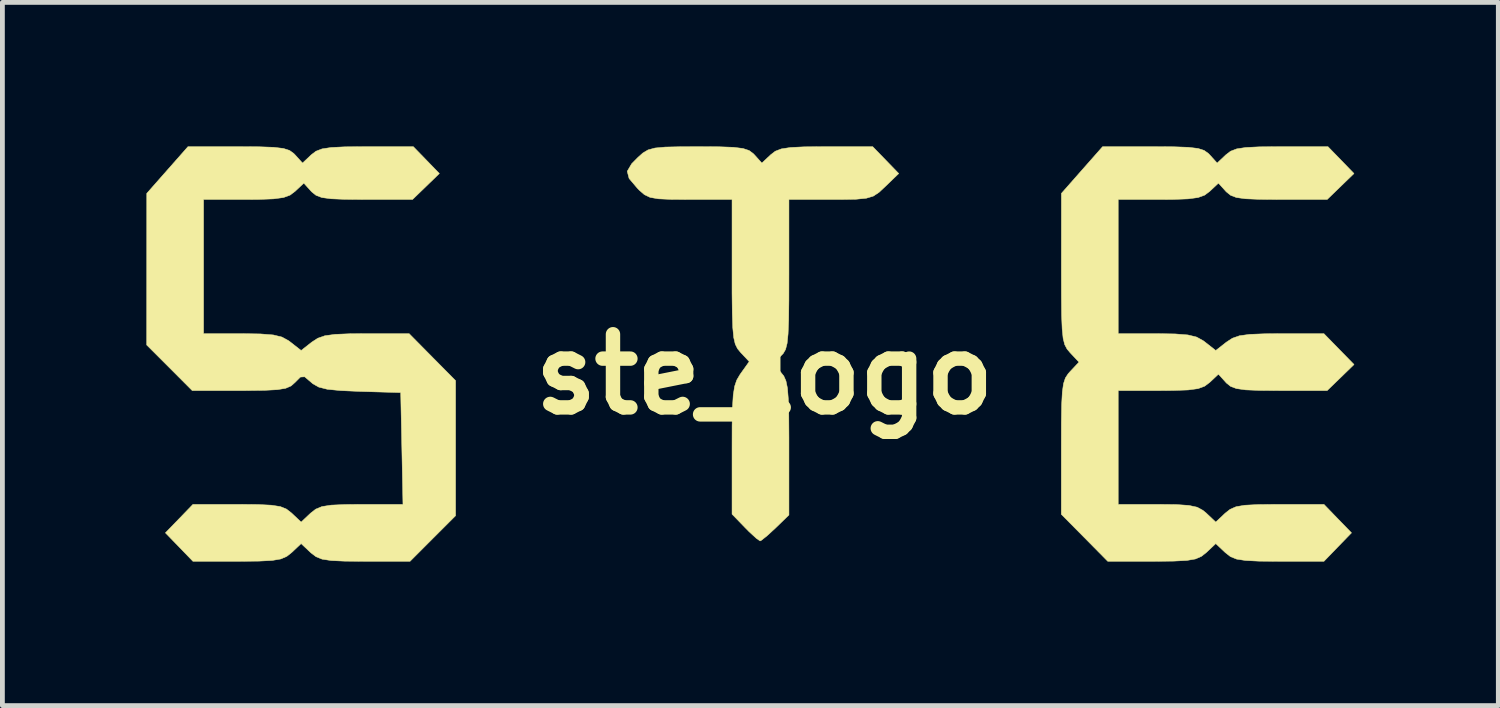
<source format=kicad_pcb>
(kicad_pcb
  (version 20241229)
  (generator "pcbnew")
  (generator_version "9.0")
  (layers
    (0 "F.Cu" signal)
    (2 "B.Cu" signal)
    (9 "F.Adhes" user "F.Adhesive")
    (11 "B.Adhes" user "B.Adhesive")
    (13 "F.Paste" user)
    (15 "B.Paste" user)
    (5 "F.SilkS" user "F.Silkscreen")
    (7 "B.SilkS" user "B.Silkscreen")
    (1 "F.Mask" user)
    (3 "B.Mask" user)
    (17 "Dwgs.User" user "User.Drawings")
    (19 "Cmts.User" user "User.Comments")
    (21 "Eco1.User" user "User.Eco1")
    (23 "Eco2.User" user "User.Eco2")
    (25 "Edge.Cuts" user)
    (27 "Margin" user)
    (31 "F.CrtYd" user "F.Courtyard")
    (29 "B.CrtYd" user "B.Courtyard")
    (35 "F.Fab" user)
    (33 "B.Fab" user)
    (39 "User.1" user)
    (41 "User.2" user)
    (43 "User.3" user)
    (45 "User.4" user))
  (footprint "ste_logo"
    (layer "F.Cu")
    (at 12.874 4.746)
    (property "Reference" "ste_logo" (at 0 0 0) (layer "F.SilkS") (effects (font (size 1.524 1.524) (thickness 0.3))))
    (attr through_hole)
    (fp_poly (pts (xy 2.524 -4.462) (xy 2.795 -4.182) (xy 2.515 -3.912) (xy 2.383 -3.789) (xy 2.265 -3.711) (xy 2.118 -3.667) (xy 1.903 -3.646) (xy 1.579 -3.641) (xy 1.372 -3.641) (xy 0.508 -3.641) (xy 0.508 -2.087) (xy 0.507 -1.536) (xy 0.502 -1.128) (xy 0.49 -0.84) (xy 0.47 -0.645) (xy 0.438 -0.519) (xy 0.391 -0.436) (xy 0.337 -0.38) (xy 0.167 -0.225) (xy 0.337 -0.044) (xy 0.401 0.036) (xy 0.446 0.138) (xy 0.477 0.288) (xy 0.495 0.515) (xy 0.505 0.846) (xy 0.508 1.307) (xy 0.508 1.534) (xy 0.508 2.93) (xy 0.229 3.201) (xy 0.054 3.362) (xy -0.068 3.459) (xy -0.093 3.471) (xy -0.172 3.416) (xy -0.324 3.276) (xy -0.407 3.192) (xy -0.677 2.913) (xy -0.677 1.575) (xy -0.676 1.064) (xy -0.668 0.693) (xy -0.652 0.431) (xy -0.623 0.25) (xy -0.579 0.12) (xy -0.515 0.011) (xy -0.498 -0.014) (xy -0.319 -0.265) (xy -0.498 -0.455) (xy -0.563 -0.534) (xy -0.61 -0.628) (xy -0.642 -0.765) (xy -0.662 -0.972) (xy -0.672 -1.273) (xy -0.677 -1.696) (xy -0.677 -2.143) (xy -0.677 -3.641) (xy -1.55 -3.641) (xy -1.946 -3.643) (xy -2.21 -3.655) (xy -2.383 -3.685) (xy -2.503 -3.742) (xy -2.609 -3.834) (xy -2.651 -3.878) (xy -2.821 -4.079) (xy -2.86 -4.228) (xy -2.768 -4.385) (xy -2.641 -4.514) (xy -2.534 -4.61) (xy -2.426 -4.674) (xy -2.283 -4.713) (xy -2.069 -4.733) (xy -1.749 -4.74) (xy -1.384 -4.741) (xy -0.946 -4.739) (xy -0.645 -4.728) (xy -0.447 -4.703) (xy -0.321 -4.661) (xy -0.234 -4.596) (xy -0.21 -4.571) (xy -0.056 -4.4) (xy 0.126 -4.571) (xy 0.223 -4.646) (xy 0.35 -4.695) (xy 0.54 -4.724) (xy 0.828 -4.738) (xy 1.248 -4.741) (xy 1.28 -4.741) (xy 2.253 -4.741) (xy 2.524 -4.462)) (stroke (width 0.01) (type solid)) (fill yes) (layer "F.SilkS"))
    (fp_poly (pts (xy -7.044 -4.462) (xy -6.773 -4.182) (xy -7.332 -3.641) (xy -8.309 -3.641) (xy -8.738 -3.644) (xy -9.03 -3.656) (xy -9.221 -3.682) (xy -9.342 -3.728) (xy -9.429 -3.798) (xy -9.442 -3.811) (xy -9.596 -3.982) (xy -9.778 -3.811) (xy -9.883 -3.732) (xy -10.02 -3.682) (xy -10.228 -3.654) (xy -10.542 -3.642) (xy -10.822 -3.641) (xy -11.684 -3.641) (xy -11.684 -0.847) (xy -10.891 -0.847) (xy -10.499 -0.841) (xy -10.233 -0.82) (xy -10.052 -0.776) (xy -9.915 -0.701) (xy -9.875 -0.671) (xy -9.652 -0.496) (xy -9.429 -0.671) (xy -9.306 -0.751) (xy -9.158 -0.803) (xy -8.946 -0.832) (xy -8.631 -0.845) (xy -8.304 -0.847) (xy -7.403 -0.847) (xy -6.919 -0.357) (xy -6.435 0.132) (xy -6.435 2.945) (xy -6.91 3.42) (xy -7.384 3.895) (xy -8.322 3.895) (xy -8.741 3.892) (xy -9.026 3.879) (xy -9.215 3.85) (xy -9.342 3.799) (xy -9.445 3.721) (xy -9.456 3.711) (xy -9.652 3.526) (xy -9.848 3.711) (xy -9.951 3.792) (xy -10.075 3.846) (xy -10.256 3.877) (xy -10.531 3.891) (xy -10.936 3.895) (xy -10.974 3.895) (xy -11.905 3.895) (xy -12.192 3.598) (xy -12.479 3.302) (xy -12.192 3.006) (xy -11.905 2.709) (xy -10.974 2.709) (xy -10.557 2.712) (xy -10.274 2.726) (xy -10.086 2.755) (xy -9.959 2.806) (xy -9.856 2.886) (xy -9.848 2.893) (xy -9.652 3.078) (xy -9.456 2.893) (xy -9.349 2.809) (xy -9.219 2.755) (xy -9.028 2.725) (xy -8.737 2.712) (xy -8.395 2.709) (xy -7.531 2.709) (xy -7.554 1.545) (xy -7.578 0.381) (xy -8.422 0.357) (xy -8.83 0.339) (xy -9.105 0.312) (xy -9.286 0.266) (xy -9.409 0.196) (xy -9.445 0.165) (xy -9.578 0.052) (xy -9.667 0.057) (xy -9.778 0.168) (xy -9.861 0.242) (xy -9.974 0.291) (xy -10.149 0.32) (xy -10.42 0.334) (xy -10.82 0.339) (xy -10.926 0.339) (xy -11.92 0.339) (xy -12.394 -0.136) (xy -12.869 -0.611) (xy -12.868 -2.189) (xy -12.867 -3.768) (xy -12.438 -4.255) (xy -12.009 -4.741) (xy -10.97 -4.741) (xy -10.528 -4.739) (xy -10.223 -4.728) (xy -10.022 -4.704) (xy -9.894 -4.663) (xy -9.806 -4.6) (xy -9.778 -4.571) (xy -9.623 -4.4) (xy -9.442 -4.571) (xy -9.344 -4.646) (xy -9.217 -4.695) (xy -9.027 -4.724) (xy -8.74 -4.738) (xy -8.319 -4.741) (xy -8.287 -4.741) (xy -7.315 -4.741) (xy -7.044 -4.462)) (stroke (width 0.01) (type solid)) (fill yes) (layer "F.SilkS"))
    (fp_poly (pts (xy 12.006 -4.462) (xy 12.277 -4.182) (xy 11.718 -3.641) (xy 10.741 -3.641) (xy 10.312 -3.644) (xy 10.02 -3.656) (xy 9.829 -3.682) (xy 9.708 -3.728) (xy 9.621 -3.798) (xy 9.608 -3.811) (xy 9.454 -3.982) (xy 9.272 -3.811) (xy 9.167 -3.732) (xy 9.03 -3.682) (xy 8.822 -3.654) (xy 8.508 -3.642) (xy 8.228 -3.641) (xy 7.366 -3.641) (xy 7.366 -0.847) (xy 8.159 -0.847) (xy 8.551 -0.841) (xy 8.817 -0.82) (xy 8.998 -0.776) (xy 9.135 -0.701) (xy 9.175 -0.671) (xy 9.398 -0.496) (xy 9.621 -0.671) (xy 9.744 -0.751) (xy 9.892 -0.803) (xy 10.104 -0.832) (xy 10.418 -0.844) (xy 10.747 -0.847) (xy 11.65 -0.847) (xy 11.964 -0.525) (xy 12.278 -0.204) (xy 11.998 0.068) (xy 11.718 0.339) (xy 10.741 0.339) (xy 10.312 0.336) (xy 10.02 0.324) (xy 9.829 0.297) (xy 9.708 0.252) (xy 9.621 0.182) (xy 9.608 0.168) (xy 9.454 -0.003) (xy 9.272 0.168) (xy 9.167 0.247) (xy 9.03 0.298) (xy 8.822 0.326) (xy 8.508 0.337) (xy 8.228 0.339) (xy 7.366 0.339) (xy 7.366 2.709) (xy 8.186 2.709) (xy 8.577 2.713) (xy 8.838 2.731) (xy 9.01 2.768) (xy 9.131 2.834) (xy 9.202 2.893) (xy 9.398 3.078) (xy 9.594 2.893) (xy 9.697 2.812) (xy 9.821 2.758) (xy 10.002 2.727) (xy 10.277 2.713) (xy 10.682 2.709) (xy 10.72 2.709) (xy 11.651 2.709) (xy 11.938 3.006) (xy 12.225 3.302) (xy 11.938 3.598) (xy 11.651 3.895) (xy 10.72 3.895) (xy 10.303 3.892) (xy 10.02 3.878) (xy 9.832 3.849) (xy 9.705 3.798) (xy 9.602 3.718) (xy 9.594 3.711) (xy 9.398 3.526) (xy 9.202 3.711) (xy 9.099 3.792) (xy 8.975 3.846) (xy 8.794 3.877) (xy 8.518 3.891) (xy 8.113 3.895) (xy 8.078 3.895) (xy 7.149 3.895) (xy 6.665 3.405) (xy 6.181 2.916) (xy 6.181 1.527) (xy 6.182 1.009) (xy 6.188 0.633) (xy 6.202 0.371) (xy 6.227 0.194) (xy 6.266 0.076) (xy 6.323 -0.011) (xy 6.365 -0.058) (xy 6.549 -0.254) (xy 6.365 -0.45) (xy 6.3 -0.527) (xy 6.252 -0.618) (xy 6.219 -0.748) (xy 6.199 -0.943) (xy 6.187 -1.228) (xy 6.183 -1.63) (xy 6.182 -2.174) (xy 6.182 -2.207) (xy 6.183 -3.768) (xy 6.612 -4.255) (xy 7.041 -4.741) (xy 8.08 -4.741) (xy 8.522 -4.739) (xy 8.827 -4.728) (xy 9.028 -4.704) (xy 9.156 -4.663) (xy 9.244 -4.6) (xy 9.272 -4.571) (xy 9.427 -4.4) (xy 9.608 -4.571) (xy 9.706 -4.646) (xy 9.833 -4.695) (xy 10.023 -4.724) (xy 10.31 -4.738) (xy 10.731 -4.741) (xy 10.763 -4.741) (xy 11.735 -4.741) (xy 12.006 -4.462)) (stroke (width 0.01) (type solid)) (fill yes) (layer "F.SilkS")))
  (gr_rect
    (start -3 -3)
    (end 28.157 11.646)
    (stroke (width 0.1) (type default))
    (fill no)
    (layer "Edge.Cuts")))
</source>
